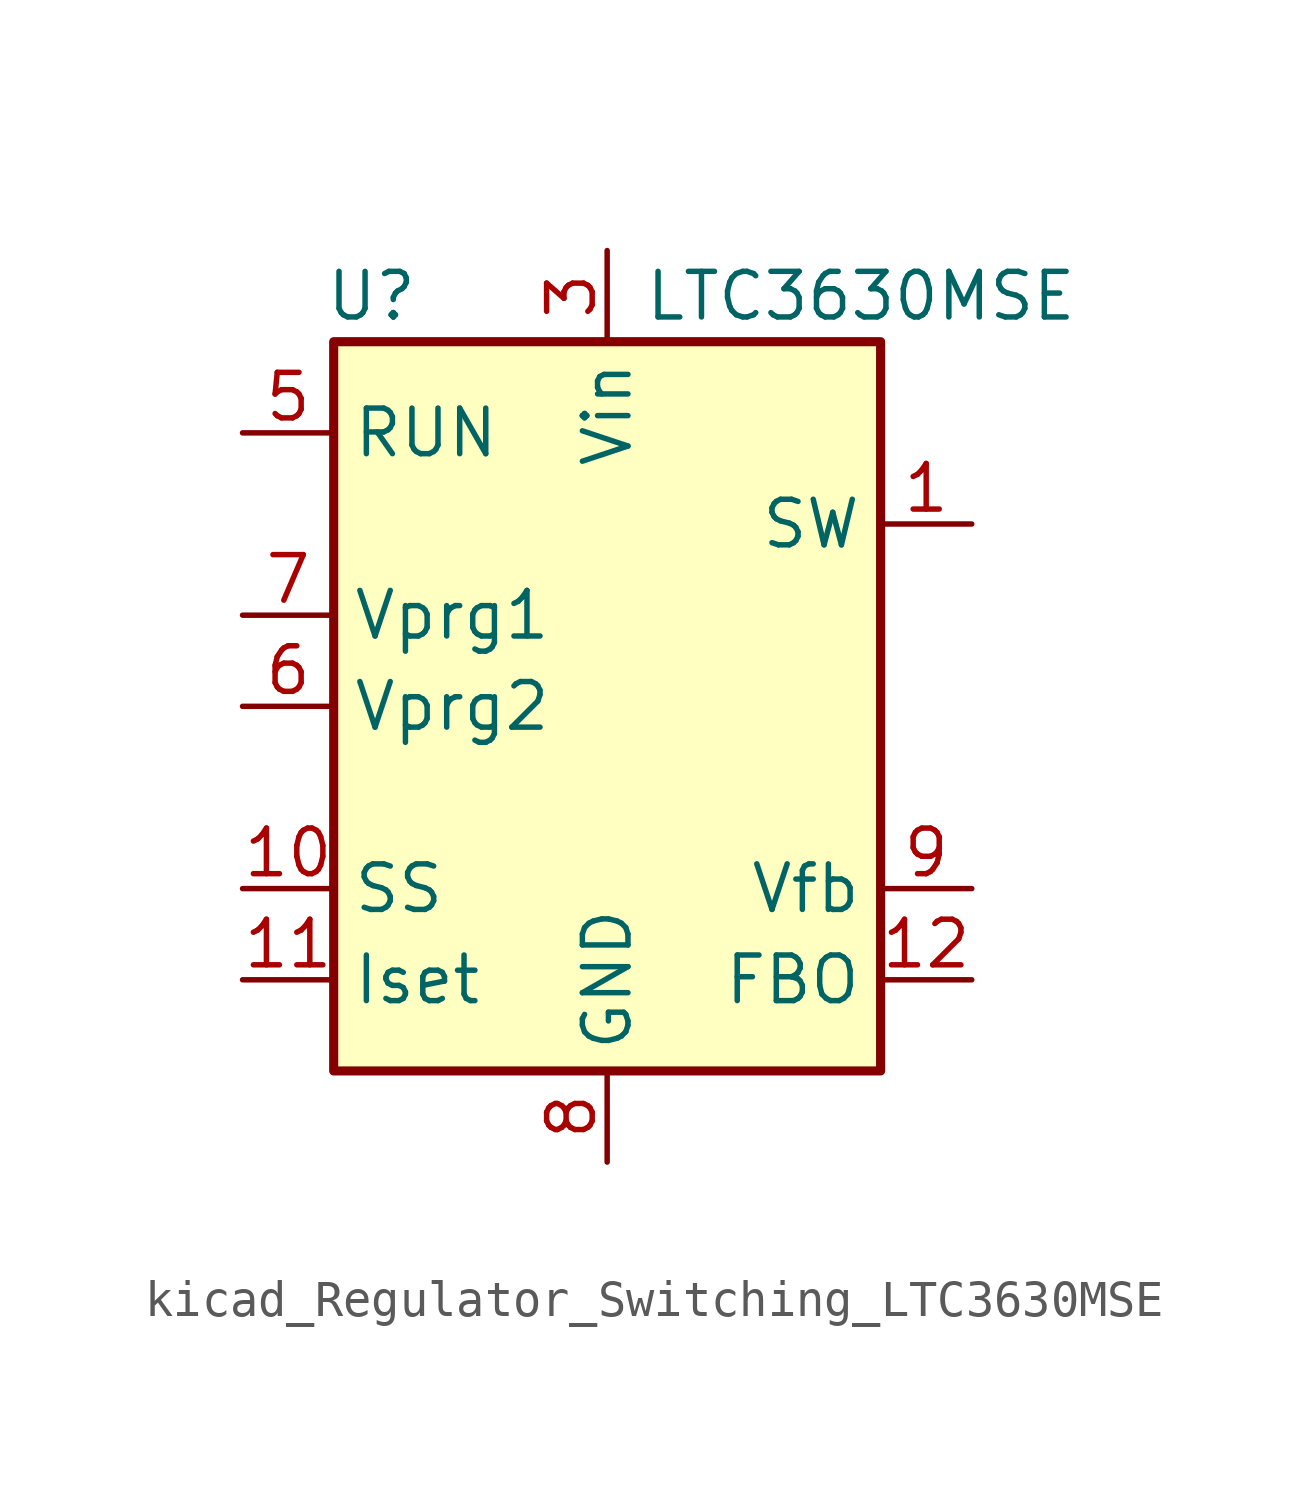
<source format=kicad_sym>
(kicad_symbol_lib
  (version 20220914)
  (generator kicad_symbol_editor)
  (symbol "kicad_Regulator_Switching_LTC3630MSE"
    (property "Reference" "U"
      (at -7.874 11.43 0)
      (effects (font (size 1.27 1.27)) (justify left)))
    (property "Value" "LTC3630MSE"
      (at 1.016 11.43 0)
      (effects (font (size 1.27 1.27)) (justify left)))
    (symbol "kicad_Regulator_Switching_LTC3630MSE_0_1"
      (rectangle (start -7.62 10.16) (end 7.62 -10.16) (stroke (width 0.254) (type default)) (fill (type background))))
    (symbol "kicad_Regulator_Switching_LTC3630MSE_1_1"
      (pin passive line (at 10.16 5.08 180) (length 2.54) (name "SW" (effects (font (size 1.27 1.27)))) (number "1" (effects (font (size 1.27 1.27)))))
      (pin passive line (at -10.16 -5.08 0) (length 2.54) (name "SS" (effects (font (size 1.27 1.27)))) (number "10" (effects (font (size 1.27 1.27)))))
      (pin passive line (at -10.16 -7.62 0) (length 2.54) (name "Iset" (effects (font (size 1.27 1.27)))) (number "11" (effects (font (size 1.27 1.27)))))
      (pin output line (at 10.16 -7.62 180) (length 2.54) (name "FBO" (effects (font (size 1.27 1.27)))) (number "12" (effects (font (size 1.27 1.27)))))
      (pin passive line (at 0 -12.7 90) (length 2.54) hide (name "GND" (effects (font (size 1.27 1.27)))) (number "14" (effects (font (size 1.27 1.27)))))
      (pin passive line (at 0 -12.7 90) (length 2.54) hide (name "GND" (effects (font (size 1.27 1.27)))) (number "16" (effects (font (size 1.27 1.27)))))
      (pin passive line (at 0 -12.7 90) (length 2.54) hide (name "GND" (effects (font (size 1.27 1.27)))) (number "17" (effects (font (size 1.27 1.27)))))
      (pin power_in line (at 0 12.7 270) (length 2.54) (name "Vin" (effects (font (size 1.27 1.27)))) (number "3" (effects (font (size 1.27 1.27)))))
      (pin input line (at -10.16 7.62 0) (length 2.54) (name "RUN" (effects (font (size 1.27 1.27)))) (number "5" (effects (font (size 1.27 1.27)))))
      (pin input line (at -10.16 0 0) (length 2.54) (name "Vprg2" (effects (font (size 1.27 1.27)))) (number "6" (effects (font (size 1.27 1.27)))))
      (pin input line (at -10.16 2.54 0) (length 2.54) (name "Vprg1" (effects (font (size 1.27 1.27)))) (number "7" (effects (font (size 1.27 1.27)))))
      (pin power_in line (at 0 -12.7 90) (length 2.54) (name "GND" (effects (font (size 1.27 1.27)))) (number "8" (effects (font (size 1.27 1.27)))))
      (pin input line (at 10.16 -5.08 180) (length 2.54) (name "Vfb" (effects (font (size 1.27 1.27)))) (number "9" (effects (font (size 1.27 1.27))))))))
</source>
